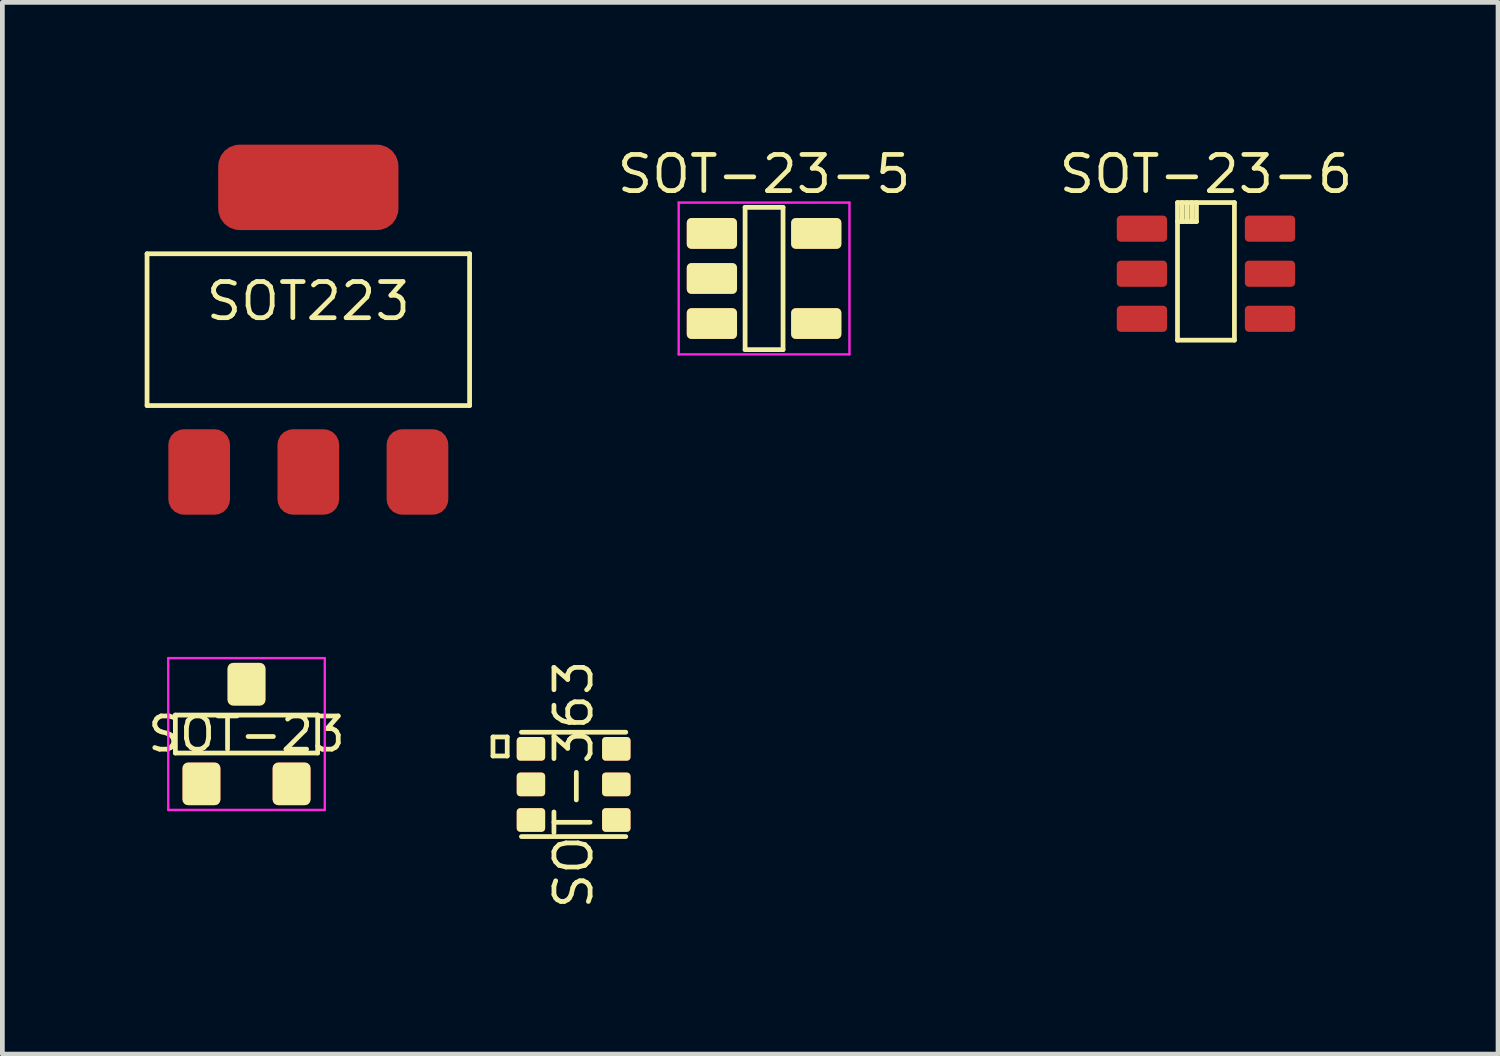
<source format=kicad_pcb>
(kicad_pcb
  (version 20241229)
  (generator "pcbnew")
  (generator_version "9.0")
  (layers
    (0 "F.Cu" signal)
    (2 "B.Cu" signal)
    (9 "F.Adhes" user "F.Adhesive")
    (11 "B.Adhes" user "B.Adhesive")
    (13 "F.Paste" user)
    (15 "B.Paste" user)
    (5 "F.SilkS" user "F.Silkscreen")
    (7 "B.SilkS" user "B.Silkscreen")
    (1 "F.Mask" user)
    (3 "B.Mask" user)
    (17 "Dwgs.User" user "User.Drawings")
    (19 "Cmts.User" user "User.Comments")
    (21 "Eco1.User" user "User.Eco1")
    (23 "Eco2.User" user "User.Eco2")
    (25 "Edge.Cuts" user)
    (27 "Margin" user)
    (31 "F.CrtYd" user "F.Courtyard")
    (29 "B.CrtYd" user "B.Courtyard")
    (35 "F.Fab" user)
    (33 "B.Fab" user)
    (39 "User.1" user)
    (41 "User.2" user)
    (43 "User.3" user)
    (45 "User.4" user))
  (footprint "SOT-23"
    (layer "F.Cu")
    (at 2.147 12.425)
    (property "Reference" "SOT-23" (at 0 0 0) (layer "F.SilkS") (effects (font (size 0.7 0.7) (thickness 0.1))))
    (attr smd)
    (fp_line (start -1.5 -0.4) (end 1.5 -0.4) (stroke (width 0.1) (type solid)) (layer "F.SilkS"))
    (fp_line (start -1.5 0.4) (end -1.5 -0.4) (stroke (width 0.1) (type solid)) (layer "F.SilkS"))
    (fp_line (start 1.5 -0.4) (end 1.5 0.4) (stroke (width 0.1) (type solid)) (layer "F.SilkS"))
    (fp_line (start 1.5 0.4) (end -1.5 0.4) (stroke (width 0.1) (type solid)) (layer "F.SilkS"))
    (fp_line (start -1.65 -1.6) (end 1.65 -1.6) (stroke (width 0.05) (type solid)) (layer "F.CrtYd"))
    (fp_line (start -1.65 1.6) (end -1.65 -1.6) (stroke (width 0.05) (type solid)) (layer "F.CrtYd"))
    (fp_line (start 1.65 -1.6) (end 1.65 1.6) (stroke (width 0.05) (type solid)) (layer "F.CrtYd"))
    (fp_line (start 1.65 1.6) (end -1.65 1.6) (stroke (width 0.05) (type solid)) (layer "F.CrtYd"))
    (pad "1" smd roundrect (at -0.95 1.05) (size 0.8 0.9) (layers "F.Cu" "F.Mask" "F.SilkS" "F.Paste") (roundrect_rratio 0.15))
    (pad "2" smd roundrect (at 0.95 1.05) (size 0.8 0.9) (layers "F.Cu" "F.Mask" "F.SilkS" "F.Paste") (roundrect_rratio 0.15))
    (pad "3" smd roundrect (at 0 -1.05) (size 0.8 0.9) (layers "F.Cu" "F.Mask" "F.SilkS" "F.Paste") (roundrect_rratio 0.15)))
  (footprint "SOT223"
    (layer "F.Cu")
    (at 3.45 3.9)
    (property "Reference" "SOT223" (at 0 -0.6 0) (layer "F.SilkS") (effects (font (size 0.762 0.762) (thickness 0.1))))
    (attr through_hole)
    (fp_line (start -3.4 -1.6) (end -3.4 1.6) (stroke (width 0.1) (type solid)) (layer "F.SilkS"))
    (fp_line (start -3.4 -1.6) (end 3.4 -1.6) (stroke (width 0.1) (type solid)) (layer "F.SilkS"))
    (fp_line (start -3.4 1.6) (end 3.4 1.6) (stroke (width 0.1) (type solid)) (layer "F.SilkS"))
    (fp_line (start 3.4 -1.6) (end 3.4 1.6) (stroke (width 0.1) (type solid)) (layer "F.SilkS"))
    (pad "1" smd roundrect (at -2.301 3) (size 1.3 1.801) (layers "F.Cu" "F.Mask" "F.Paste") (roundrect_rratio 0.25))
    (pad "2" smd roundrect (at 0 3) (size 1.3 1.801) (layers "F.Cu" "F.Mask" "F.Paste") (roundrect_rratio 0.25))
    (pad "3" smd roundrect (at 2.301 3) (size 1.3 1.801) (layers "F.Cu" "F.Mask" "F.Paste") (roundrect_rratio 0.25))
    (pad "4" smd roundrect (at 0 -3) (size 3.8 1.801) (layers "F.Cu" "F.Mask" "F.Paste") (roundrect_rratio 0.25)))
  (footprint "SOT-23-6"
    (layer "F.Cu")
    (at 22.374 2.721)
    (property "Reference" "SOT-23-6" (at 0 -2.1 0) (layer "F.SilkS") (effects (font (size 0.762 0.762) (thickness 0.1))))
    (attr smd)
    (fp_line (start -0.6 -1.5) (end -0.6 1.4) (stroke (width 0.1) (type solid)) (layer "F.SilkS"))
    (fp_line (start -0.6 -1.5) (end 0.6 -1.5) (stroke (width 0.1) (type solid)) (layer "F.SilkS"))
    (fp_line (start -0.6 -1.1) (end -0.2 -1.1) (stroke (width 0.1) (type solid)) (layer "F.SilkS"))
    (fp_line (start -0.6 1.4) (end 0.6 1.4) (stroke (width 0.1) (type solid)) (layer "F.SilkS"))
    (fp_line (start -0.5 -1.5) (end -0.5 -1.1) (stroke (width 0.1) (type solid)) (layer "F.SilkS"))
    (fp_line (start -0.4 -1.1) (end -0.4 -1.5) (stroke (width 0.1) (type solid)) (layer "F.SilkS"))
    (fp_line (start -0.3 -1.5) (end -0.3 -1.1) (stroke (width 0.1) (type solid)) (layer "F.SilkS"))
    (fp_line (start -0.2 -1.1) (end -0.2 -1.5) (stroke (width 0.1) (type solid)) (layer "F.SilkS"))
    (fp_line (start 0.6 -1.5) (end 0.6 1.4) (stroke (width 0.1) (type solid)) (layer "F.SilkS"))
    (pad "1" smd roundrect (at -1.35 -0.95) (size 1.06 0.55) (layers "F.Cu" "F.Mask" "F.Paste") (roundrect_rratio 0.15))
    (pad "2" smd roundrect (at -1.35 0) (size 1.06 0.55) (layers "F.Cu" "F.Mask" "F.Paste") (roundrect_rratio 0.15))
    (pad "3" smd roundrect (at -1.35 0.95) (size 1.06 0.55) (layers "F.Cu" "F.Mask" "F.Paste") (roundrect_rratio 0.15))
    (pad "4" smd roundrect (at 1.35 0.95) (size 1.06 0.55) (layers "F.Cu" "F.Mask" "F.Paste") (roundrect_rratio 0.15))
    (pad "5" smd roundrect (at 1.35 0) (size 1.06 0.55) (layers "F.Cu" "F.Mask" "F.Paste") (roundrect_rratio 0.15))
    (pad "6" smd roundrect (at 1.35 -0.95) (size 1.06 0.55) (layers "F.Cu" "F.Mask" "F.Paste") (roundrect_rratio 0.15)))
  (footprint "SOT-363"
    (layer "F.Cu")
    (at 9.043 13.487)
    (property "Reference" "SOT-363" (at 0 0 90) (layer "F.SilkS") (effects (font (size 0.762 0.762) (thickness 0.1))))
    (attr through_hole)
    (fp_line (start -1.7 -1) (end -1.4 -1) (stroke (width 0.1) (type solid)) (layer "F.SilkS"))
    (fp_line (start -1.7 -0.6) (end -1.7 -1) (stroke (width 0.1) (type solid)) (layer "F.SilkS"))
    (fp_line (start -1.4 -1) (end -1.4 -0.6) (stroke (width 0.1) (type solid)) (layer "F.SilkS"))
    (fp_line (start -1.4 -0.6) (end -1.7 -0.6) (stroke (width 0.1) (type solid)) (layer "F.SilkS"))
    (fp_line (start -1.1 -1.1) (end 1.1 -1.1) (stroke (width 0.1) (type solid)) (layer "F.SilkS"))
    (fp_line (start -1.1 1.1) (end 1.1 1.1) (stroke (width 0.1) (type solid)) (layer "F.SilkS"))
    (pad "1" smd roundrect (at -0.9 -0.75) (size 0.6 0.5) (layers "F.Cu" "F.Mask" "F.SilkS" "F.Paste") (roundrect_rratio 0.15))
    (pad "2" smd roundrect (at -0.9 0) (size 0.6 0.5) (layers "F.Cu" "F.Mask" "F.SilkS" "F.Paste") (roundrect_rratio 0.15))
    (pad "3" smd roundrect (at -0.9 0.75) (size 0.6 0.5) (layers "F.Cu" "F.Mask" "F.SilkS" "F.Paste") (roundrect_rratio 0.15))
    (pad "4" smd roundrect (at 0.9 0.75) (size 0.6 0.5) (layers "F.Cu" "F.Mask" "F.SilkS" "F.Paste") (roundrect_rratio 0.15))
    (pad "5" smd roundrect (at 0.9 0) (size 0.6 0.5) (layers "F.Cu" "F.Mask" "F.SilkS" "F.Paste") (roundrect_rratio 0.15))
    (pad "6" smd roundrect (at 0.9 -0.75) (size 0.6 0.5) (layers "F.Cu" "F.Mask" "F.SilkS" "F.Paste") (roundrect_rratio 0.15)))
  (footprint "SOT-23-5"
    (layer "F.Cu")
    (at 13.058 2.821)
    (property "Reference" "SOT-23-5" (at 0 -2.2 0) (layer "F.SilkS") (effects (font (size 0.762 0.762) (thickness 0.1))))
    (attr smd)
    (fp_line (start -0.4 -1.5) (end 0.4 -1.5) (stroke (width 0.1) (type solid)) (layer "F.SilkS"))
    (fp_line (start -0.4 1.5) (end -0.4 -1.5) (stroke (width 0.1) (type solid)) (layer "F.SilkS"))
    (fp_line (start -0.4 1.5) (end 0.4 1.5) (stroke (width 0.1) (type solid)) (layer "F.SilkS"))
    (fp_line (start 0.4 -1.5) (end 0.4 1.5) (stroke (width 0.1) (type solid)) (layer "F.SilkS"))
    (fp_line (start -1.8 -1.6) (end 1.8 -1.6) (stroke (width 0.05) (type solid)) (layer "F.CrtYd"))
    (fp_line (start -1.8 1.6) (end -1.8 -1.6) (stroke (width 0.05) (type solid)) (layer "F.CrtYd"))
    (fp_line (start 1.8 -1.6) (end 1.8 1.6) (stroke (width 0.05) (type solid)) (layer "F.CrtYd"))
    (fp_line (start 1.8 1.6) (end -1.8 1.6) (stroke (width 0.05) (type solid)) (layer "F.CrtYd"))
    (pad "1" smd roundrect (at -1.1 -0.95) (size 1.06 0.65) (layers "F.Cu" "F.Mask" "F.SilkS" "F.Paste") (roundrect_rratio 0.15))
    (pad "2" smd roundrect (at -1.1 0) (size 1.06 0.65) (layers "F.Cu" "F.Mask" "F.SilkS" "F.Paste") (roundrect_rratio 0.15))
    (pad "3" smd roundrect (at -1.1 0.95) (size 1.06 0.65) (layers "F.Cu" "F.Mask" "F.SilkS" "F.Paste") (roundrect_rratio 0.15))
    (pad "4" smd roundrect (at 1.1 0.95) (size 1.06 0.65) (layers "F.Cu" "F.Mask" "F.SilkS" "F.Paste") (roundrect_rratio 0.15))
    (pad "5" smd roundrect (at 1.1 -0.95) (size 1.06 0.65) (layers "F.Cu" "F.Mask" "F.SilkS" "F.Paste") (roundrect_rratio 0.15)))
  (gr_rect
    (start -3 -3)
    (end 28.532 19.173)
    (stroke (width 0.1) (type default))
    (fill no)
    (layer "Edge.Cuts")))
</source>
